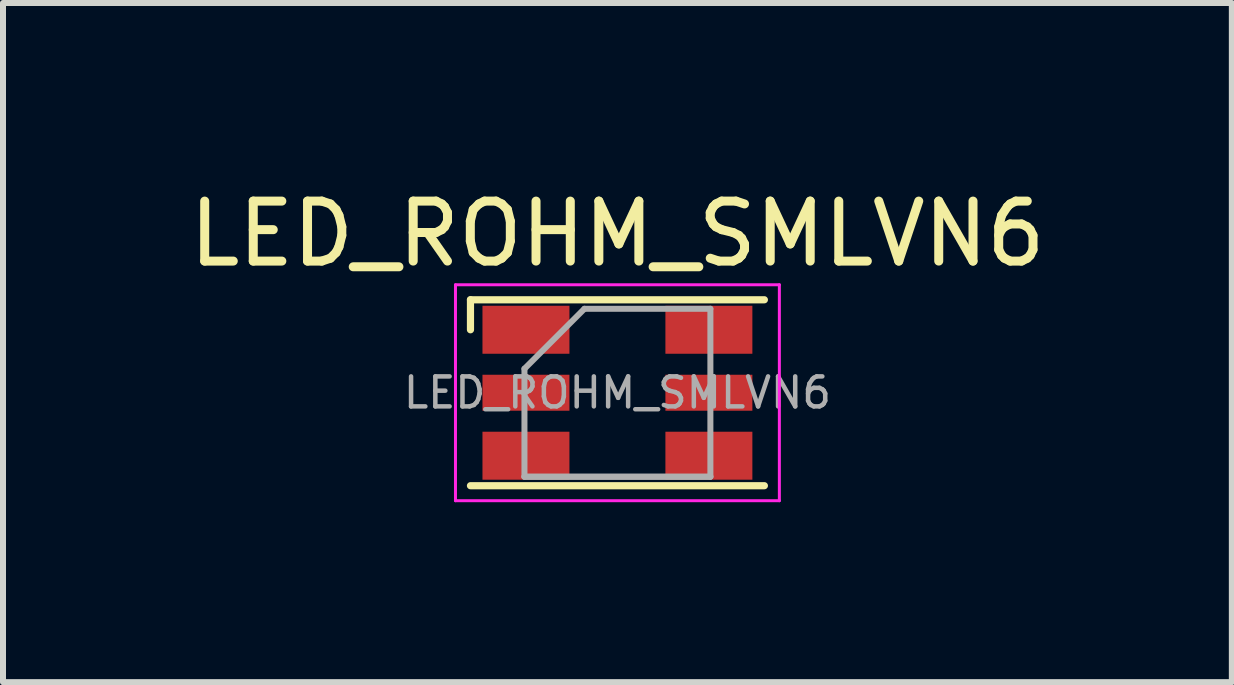
<source format=kicad_pcb>
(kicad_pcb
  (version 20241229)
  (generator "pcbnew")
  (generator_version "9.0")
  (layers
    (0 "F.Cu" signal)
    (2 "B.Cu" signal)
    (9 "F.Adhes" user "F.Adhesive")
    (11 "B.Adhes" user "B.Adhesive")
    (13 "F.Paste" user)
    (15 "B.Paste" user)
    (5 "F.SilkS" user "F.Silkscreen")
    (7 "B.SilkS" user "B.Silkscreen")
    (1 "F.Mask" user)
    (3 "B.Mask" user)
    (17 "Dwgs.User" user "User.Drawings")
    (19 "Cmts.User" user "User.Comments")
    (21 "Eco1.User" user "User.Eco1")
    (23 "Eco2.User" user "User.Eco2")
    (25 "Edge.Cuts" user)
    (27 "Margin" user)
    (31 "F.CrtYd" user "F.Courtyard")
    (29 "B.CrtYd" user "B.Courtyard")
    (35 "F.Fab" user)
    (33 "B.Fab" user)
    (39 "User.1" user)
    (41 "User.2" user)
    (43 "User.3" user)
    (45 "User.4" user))
  (footprint "LED_ROHM_SMLVN6"
    (layer "F.Cu")
    (at 7.244 3.498)
    (property "Reference" "LED_ROHM_SMLVN6" (at 0 -2.65 0) (layer "F.SilkS") (effects (font (size 1 1) (thickness 0.15))))
    (attr smd)
    (fp_line (start -2.45 -1.55) (end 2.45 -1.55) (stroke (width 0.12) (type solid)) (layer "F.SilkS"))
    (fp_line (start -2.45 -1.05) (end -2.45 -1.55) (stroke (width 0.12) (type solid)) (layer "F.SilkS"))
    (fp_line (start -2.45 1.55) (end 2.45 1.55) (stroke (width 0.12) (type solid)) (layer "F.SilkS"))
    (fp_line (start -2.7 -1.8) (end -2.7 1.8) (stroke (width 0.05) (type solid)) (layer "F.CrtYd"))
    (fp_line (start -2.7 1.8) (end 2.7 1.8) (stroke (width 0.05) (type solid)) (layer "F.CrtYd"))
    (fp_line (start 2.7 -1.8) (end -2.7 -1.8) (stroke (width 0.05) (type solid)) (layer "F.CrtYd"))
    (fp_line (start 2.7 1.8) (end 2.7 -1.8) (stroke (width 0.05) (type solid)) (layer "F.CrtYd"))
    (fp_line (start -1.55 1.4) (end -1.55 -0.4) (stroke (width 0.1) (type solid)) (layer "F.Fab"))
    (fp_line (start -0.55 -1.4) (end -1.55 -0.4) (stroke (width 0.1) (type solid)) (layer "F.Fab"))
    (fp_line (start -0.55 -1.4) (end 1.55 -1.4) (stroke (width 0.1) (type solid)) (layer "F.Fab"))
    (fp_line (start 1.55 -1.4) (end 1.55 1.4) (stroke (width 0.1) (type solid)) (layer "F.Fab"))
    (fp_line (start 1.55 1.4) (end -1.55 1.4) (stroke (width 0.1) (type solid)) (layer "F.Fab"))
    (fp_line (start 1.55 1.4) (end -1.55 1.4) (stroke (width 0.1) (type solid)) (layer "F.Fab"))
    (fp_text user "${REFERENCE}" (at 0 0 0) (layer "F.Fab") (effects (font (size 0.5 0.5) (thickness 0.075))))
    (pad "1" smd rect (at -1.525 -1.05) (size 1.45 0.8) (layers "F.Cu" "F.Mask" "F.Paste"))
    (pad "2" smd rect (at -1.525 0) (size 1.45 0.6) (layers "F.Cu" "F.Mask" "F.Paste"))
    (pad "3" smd rect (at -1.525 1.05) (size 1.45 0.8) (layers "F.Cu" "F.Mask" "F.Paste"))
    (pad "4" smd rect (at 1.525 1.05) (size 1.45 0.8) (layers "F.Cu" "F.Mask" "F.Paste"))
    (pad "5" smd rect (at 1.525 0) (size 1.45 0.6) (layers "F.Cu" "F.Mask" "F.Paste"))
    (pad "6" smd rect (at 1.525 -1.05) (size 1.45 0.8) (layers "F.Cu" "F.Mask" "F.Paste")))
  (gr_rect
    (start -3 -3)
    (end 17.488 8.323)
    (stroke (width 0.1) (type default))
    (fill no)
    (layer "Edge.Cuts")))
</source>
